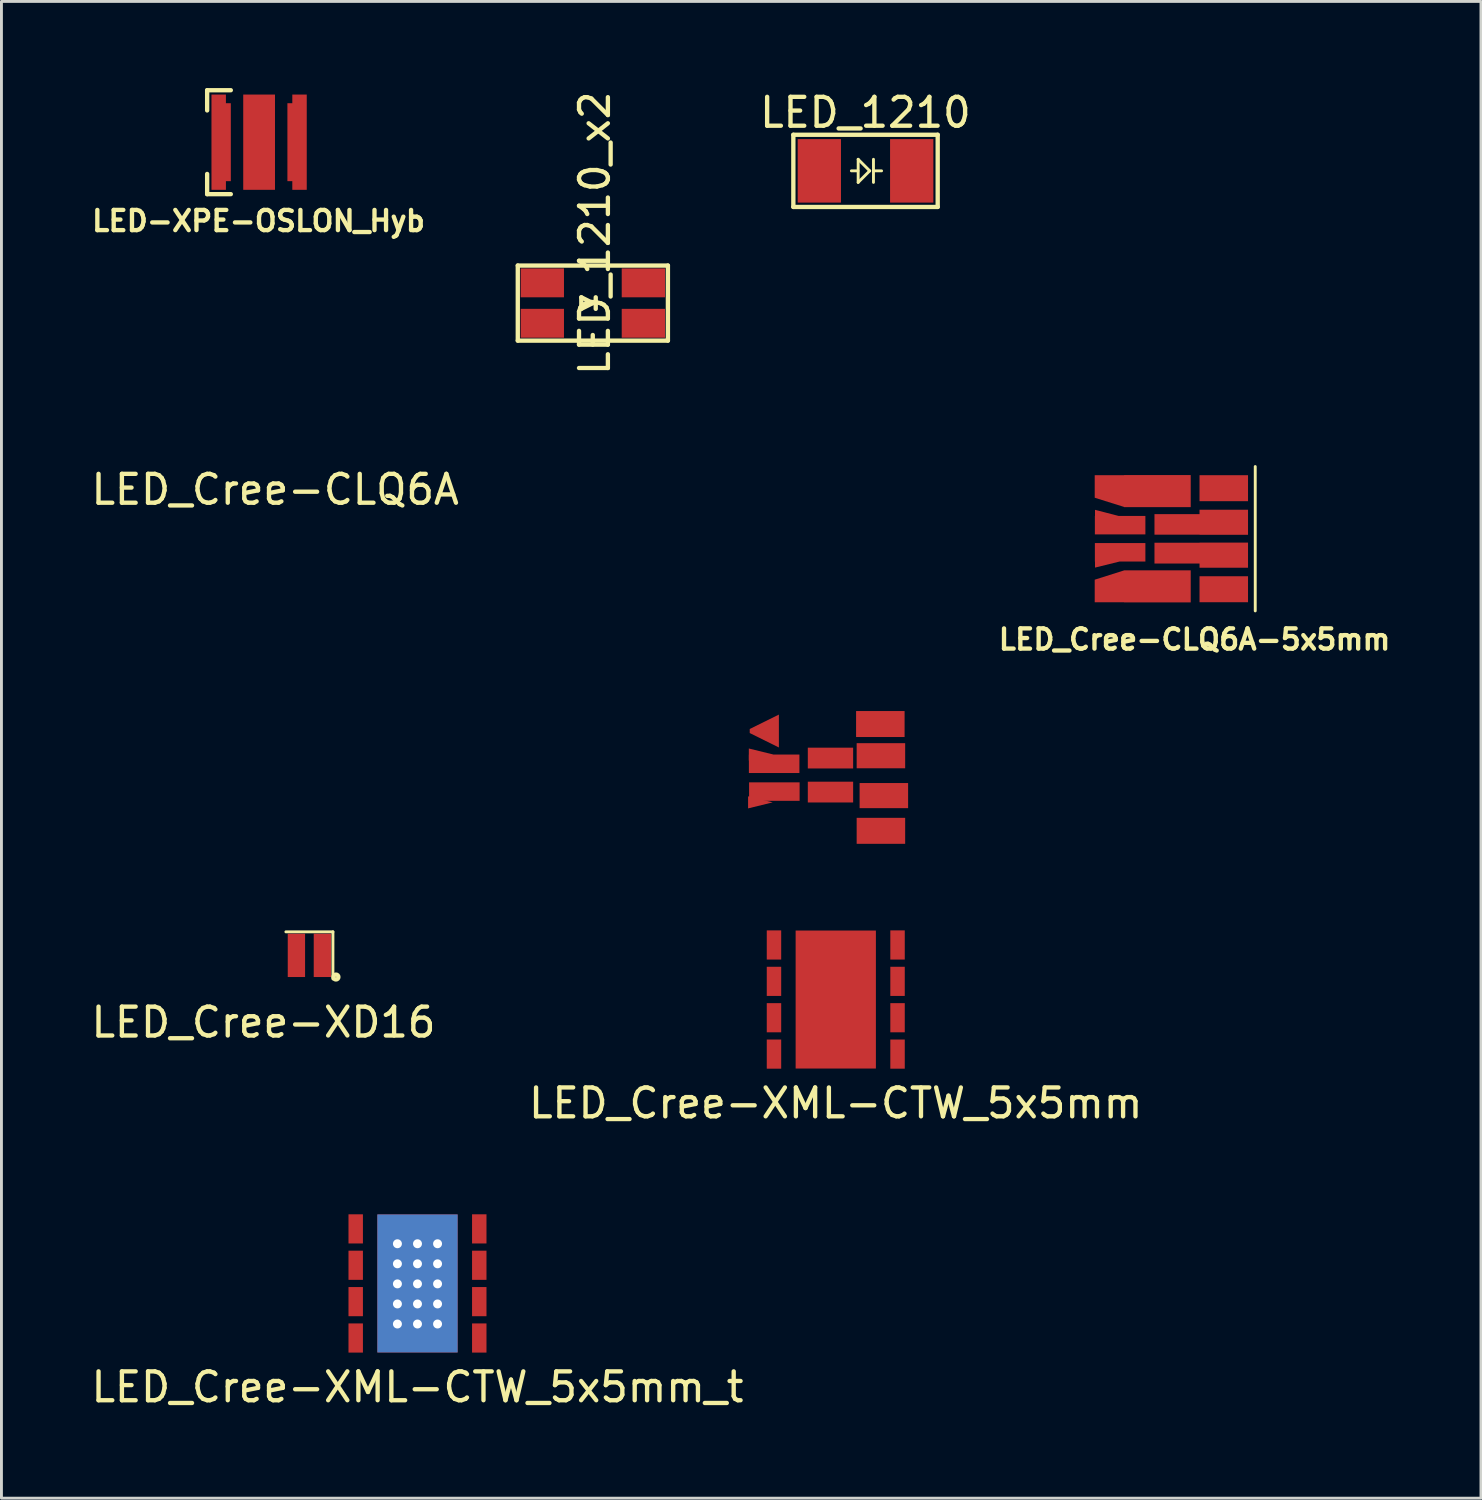
<source format=kicad_pcb>
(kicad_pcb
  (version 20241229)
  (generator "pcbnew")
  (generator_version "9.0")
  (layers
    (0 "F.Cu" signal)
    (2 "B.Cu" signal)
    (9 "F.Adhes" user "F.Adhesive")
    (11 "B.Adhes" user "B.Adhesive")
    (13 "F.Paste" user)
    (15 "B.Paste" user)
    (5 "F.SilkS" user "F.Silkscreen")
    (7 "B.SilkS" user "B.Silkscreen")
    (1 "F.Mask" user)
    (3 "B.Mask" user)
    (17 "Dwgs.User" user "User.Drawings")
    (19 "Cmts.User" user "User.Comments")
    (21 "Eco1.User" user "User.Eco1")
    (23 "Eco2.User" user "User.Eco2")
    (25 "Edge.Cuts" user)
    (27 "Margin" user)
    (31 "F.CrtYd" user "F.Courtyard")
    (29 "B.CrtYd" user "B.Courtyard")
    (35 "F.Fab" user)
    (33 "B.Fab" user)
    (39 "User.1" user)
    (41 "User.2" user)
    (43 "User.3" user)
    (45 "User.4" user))
  (footprint "LED_Cree-XML-CTW_5x5mm_t"
    (layer "F.Cu")
    (at 11.411 41.406)
    (property "Reference" "LED_Cree-XML-CTW_5x5mm_t" (at 0 3.59 0) (layer "F.SilkS") (effects (font (size 1 1) (thickness 0.15))))
    (attr through_hole)
    (pad "1" smd rect (at 2.14 -1.89) (size 0.5 1.01) (layers "F.Cu" "F.Mask" "F.Paste"))
    (pad "2" smd rect (at 2.14 -0.63) (size 0.5 1.01) (layers "F.Cu" "F.Mask" "F.Paste"))
    (pad "3" smd rect (at 2.14 0.63) (size 0.5 1.01) (layers "F.Cu" "F.Mask" "F.Paste"))
    (pad "4" smd rect (at 2.14 1.89) (size 0.5 1.01) (layers "F.Cu" "F.Mask" "F.Paste"))
    (pad "5" smd rect (at -2.14 1.89) (size 0.5 1.01) (layers "F.Cu" "F.Mask" "F.Paste"))
    (pad "6" smd rect (at -2.14 0.63) (size 0.5 1.01) (layers "F.Cu" "F.Mask" "F.Paste"))
    (pad "7" smd rect (at -2.14 -0.63) (size 0.5 1.01) (layers "F.Cu" "F.Mask" "F.Paste"))
    (pad "8" smd rect (at -2.14 -1.89) (size 0.5 1.01) (layers "F.Cu" "F.Mask" "F.Paste"))
    (pad "9" thru_hole circle (at -0.695 -1.375) (size 0.45 0.45) (drill 0.31) (layers "*.Cu" "*.Mask"))
    (pad "9" thru_hole circle (at -0.695 -0.68) (size 0.45 0.45) (drill 0.31) (layers "*.Cu" "*.Mask"))
    (pad "9" thru_hole circle (at -0.695 0.015) (size 0.45 0.45) (drill 0.31) (layers "*.Cu" "*.Mask"))
    (pad "9" thru_hole circle (at -0.695 0.71) (size 0.45 0.45) (drill 0.31) (layers "*.Cu" "*.Mask"))
    (pad "9" thru_hole circle (at -0.695 1.405) (size 0.45 0.45) (drill 0.31) (layers "*.Cu" "*.Mask"))
    (pad "9" thru_hole circle (at 0 -1.375) (size 0.45 0.45) (drill 0.31) (layers "*.Cu" "*.Mask"))
    (pad "9" thru_hole circle (at 0 -0.68) (size 0.45 0.45) (drill 0.31) (layers "*.Cu" "*.Mask"))
    (pad "9" smd rect (at 0 0) (size 2.78 4.78) (layers "F.Cu" "F.Mask" "F.Paste"))
    (pad "9" smd rect (at 0 0) (size 2.78 4.78) (layers "F.Mask" "B.Cu" "F.Paste"))
    (pad "9" thru_hole circle (at 0 0.015) (size 0.45 0.45) (drill 0.31) (layers "*.Cu" "*.Mask"))
    (pad "9" thru_hole circle (at 0 0.71) (size 0.45 0.45) (drill 0.31) (layers "*.Cu" "*.Mask"))
    (pad "9" thru_hole circle (at 0 1.405) (size 0.45 0.45) (drill 0.31) (layers "*.Cu" "*.Mask"))
    (pad "9" thru_hole circle (at 0.695 -1.375) (size 0.45 0.45) (drill 0.31) (layers "*.Cu" "*.Mask"))
    (pad "9" thru_hole circle (at 0.695 -0.68) (size 0.45 0.45) (drill 0.31) (layers "*.Cu" "*.Mask"))
    (pad "9" thru_hole circle (at 0.695 0.015) (size 0.45 0.45) (drill 0.31) (layers "*.Cu" "*.Mask"))
    (pad "9" thru_hole circle (at 0.695 0.71) (size 0.45 0.45) (drill 0.31) (layers "*.Cu" "*.Mask"))
    (pad "9" thru_hole circle (at 0.695 1.405) (size 0.45 0.45) (drill 0.31) (layers "*.Cu" "*.Mask")))
  (footprint "LED_Cree-XML-CTW_5x5mm"
    (layer "F.Cu")
    (at 25.899 31.572)
    (property "Reference" "LED_Cree-XML-CTW_5x5mm" (at 0 3.59 0) (layer "F.SilkS") (effects (font (size 1 1) (thickness 0.15))))
    (attr through_hole)
    (pad "1" smd rect (at 2.14 -1.89) (size 0.5 1.01) (layers "F.Cu" "F.Mask" "F.Paste"))
    (pad "2" smd rect (at 2.14 -0.63) (size 0.5 1.01) (layers "F.Cu" "F.Mask" "F.Paste"))
    (pad "3" smd rect (at 2.14 0.63) (size 0.5 1.01) (layers "F.Cu" "F.Mask" "F.Paste"))
    (pad "4" smd rect (at 2.14 1.89) (size 0.5 1.01) (layers "F.Cu" "F.Mask" "F.Paste"))
    (pad "5" smd rect (at -2.14 1.89) (size 0.5 1.01) (layers "F.Cu" "F.Mask" "F.Paste"))
    (pad "6" smd rect (at -2.14 0.63) (size 0.5 1.01) (layers "F.Cu" "F.Mask" "F.Paste"))
    (pad "7" smd rect (at -2.14 -0.63) (size 0.5 1.01) (layers "F.Cu" "F.Mask" "F.Paste"))
    (pad "8" smd rect (at -2.14 -1.89) (size 0.5 1.01) (layers "F.Cu" "F.Mask" "F.Paste"))
    (pad "9" smd rect (at 0 0) (size 2.78 4.78) (layers "F.Cu" "F.Mask" "F.Paste")))
  (footprint "LED-XPE-OSLON_Hyb"
    (layer "F.Cu")
    (at 5.925 1.875)
    (property "Reference" "LED-XPE-OSLON_Hyb" (at -0.02 2.73 0) (layer "F.SilkS") (effects (font (size 0.7 0.7) (thickness 0.15))))
    (attr smd)
    (fp_line (start -1.8 -1.8) (end -0.98 -1.8) (stroke (width 0.15) (type solid)) (layer "F.SilkS"))
    (fp_line (start -1.8 -1.1) (end -1.8 -1.8) (stroke (width 0.15) (type solid)) (layer "F.SilkS"))
    (fp_line (start -1.8 1.1) (end -1.8 1.8) (stroke (width 0.15) (type solid)) (layer "F.SilkS"))
    (fp_line (start -1.8 1.8) (end -0.98 1.8) (stroke (width 0.15) (type solid)) (layer "F.SilkS"))
    (pad "1" connect rect (at -1.4 0) (size 0.5 3.3) (layers "F.Cu" "F.Mask"))
    (pad "1" connect rect (at -1.19 0) (size 0.42 2.7) (layers "F.Cu" "F.Mask"))
    (pad "2" connect rect (at 1.19 0) (size 0.42 2.7) (layers "F.Cu" "F.Mask"))
    (pad "2" connect rect (at 1.4 0) (size 0.5 3.3) (layers "F.Cu" "F.Mask"))
    (pad "3" smd rect (at 0 0) (size 1.1 3.3) (layers "F.Cu" "F.Mask")))
  (footprint "LED_1210"
    (layer "F.Cu")
    (at 26.93 2.868)
    (property "Reference" "LED_1210" (at -0.003 -2.019 0) (layer "F.SilkS") (effects (font (size 1 1) (thickness 0.15))))
    (attr through_hole)
    (fp_line (start -2.5 -1.25) (end -2.5 1.25) (stroke (width 0.15) (type solid)) (layer "F.SilkS"))
    (fp_line (start -2.5 -1.25) (end 2.5 -1.25) (stroke (width 0.15) (type solid)) (layer "F.SilkS"))
    (fp_line (start -2.5 1.25) (end 2.5 1.25) (stroke (width 0.15) (type solid)) (layer "F.SilkS"))
    (fp_line (start -0.262 0) (end -0.49 0) (stroke (width 0.1) (type solid)) (layer "F.SilkS"))
    (fp_line (start -0.255 -0.4) (end -0.255 0.4) (stroke (width 0.1) (type solid)) (layer "F.SilkS"))
    (fp_line (start 0.145 0) (end -0.255 -0.4) (stroke (width 0.1) (type solid)) (layer "F.SilkS"))
    (fp_line (start 0.145 0) (end -0.254 0.399) (stroke (width 0.1) (type solid)) (layer "F.SilkS"))
    (fp_line (start 0.275 0) (end 0.275 -0.4) (stroke (width 0.1) (type solid)) (layer "F.SilkS"))
    (fp_line (start 0.275 0) (end 0.275 0.4) (stroke (width 0.1) (type solid)) (layer "F.SilkS"))
    (fp_line (start 0.277 0) (end 0.556 0) (stroke (width 0.1) (type solid)) (layer "F.SilkS"))
    (fp_line (start 2.5 -1.25) (end 2.5 1.25) (stroke (width 0.15) (type solid)) (layer "F.SilkS"))
    (pad "1" smd rect (at -1.6 0) (size 1.5 2.2) (layers "F.Cu" "F.Mask" "F.Paste"))
    (pad "2" smd rect (at 1.6 0) (size 1.5 2.2) (layers "F.Cu" "F.Mask" "F.Paste")))
  (footprint "LED_Cree-CLQ6A-5x5mm"
    (layer "F.Cu")
    (at 37.529 15.61)
    (property "Reference" "LED_Cree-CLQ6A-5x5mm" (at 0.798 3.49 0) (layer "F.SilkS") (effects (font (size 0.7 0.7) (thickness 0.15))))
    (attr smd)
    (fp_line (start 2.9 2.5) (end 2.9 -2.5) (stroke (width 0.1) (type solid)) (layer "F.SilkS"))
    (pad "1" smd custom (at -0.49 -1.65) (size 2.31 1.11) (layers "F.Cu" "F.Mask" "F.Paste") (options (anchor rect)) (primitives (gr_poly (pts (xy -1.09 0.55) (xy -1.15 0.55) (xy -2.17 0.23) (xy -2.17 -0.55) (xy -1.09 -0.55)) (width 0.001) (fill yes))))
    (pad "2" smd custom (at -1.78 -0.47) (size 1.75 0.64) (layers "F.Cu" "F.Mask" "F.Paste") (options (anchor rect)) (primitives (gr_poly (pts (xy -0.02 -0.31) (xy -0.87 -0.31) (xy -0.87 -0.53)) (width 0.001) (fill yes))))
    (pad "3" smd custom (at -1.78 0.47) (size 1.75 0.64) (layers "F.Cu" "F.Mask" "F.Paste") (options (anchor rect)) (primitives (gr_poly (pts (xy -0.02 0.31) (xy -0.02 0.32) (xy -0.87 0.53) (xy -0.87 0.31)) (width 0.001) (fill yes))))
    (pad "4" smd custom (at -0.49 1.65) (size 2.31 1.11) (layers "F.Cu" "F.Mask" "F.Paste") (options (anchor rect)) (primitives (gr_poly (pts (xy -1.13 -0.55) (xy -1.13 0.55) (xy -2.17 0.55) (xy -2.17 -0.23) (xy -1.16 -0.55)) (width 0.001) (fill yes))))
    (pad "5" smd rect (at 1.81 1.75) (size 1.68 0.9) (layers "F.Cu" "F.Mask" "F.Paste"))
    (pad "6" smd custom (at 1.81 0.57) (size 1.68 0.87) (layers "F.Cu" "F.Mask" "F.Paste") (options (anchor rect)) (primitives (gr_poly (pts (xy -2.4 -0.43) (xy -0.82 -0.43) (xy -0.82 0.29) (xy -2.4 0.29)) (width 0.001) (fill yes))))
    (pad "7" smd custom (at 1.81 -0.57) (size 1.68 0.87) (layers "F.Cu" "F.Mask" "F.Paste") (options (anchor rect)) (primitives (gr_poly (pts (xy -0.8 0.43) (xy -2.4 0.43) (xy -2.4 -0.28) (xy -0.8 -0.28)) (width 0.001) (fill yes))))
    (pad "8" smd rect (at 1.81 -1.75) (size 1.68 0.9) (layers "F.Cu" "F.Mask" "F.Paste")))
  (footprint "LED_Cree-CLQ6A"
    (layer "F.Cu")
    (at 25.332 23.848)
    (property "Reference" "LED_Cree-CLQ6A" (at -18.85 -9.94 0) (layer "F.SilkS") (effects (font (size 1 1) (thickness 0.15))))
    (attr through_hole)
    (pad "1" smd trapezoid (at -1.908 -1.577) (size 1.01 0.64) (rect_delta -0.5 0) (layers "F.Cu" "F.Mask" "F.Paste"))
    (pad "2" smd trapezoid (at -2.019 -0.762) (size 0.85 0.21) (rect_delta 0.209 0) (layers "F.Cu" "F.Mask" "F.Paste"))
    (pad "2" smd rect (at -1.567 -0.442) (size 1.75 0.64) (layers "F.Cu" "F.Mask" "F.Paste"))
    (pad "3" smd trapezoid (at -2.045 0.894) (size 0.85 0.21) (rect_delta 0.209 0) (layers "F.Cu" "F.Mask" "F.Paste"))
    (pad "3" smd rect (at -1.56 0.521) (size 1.75 0.64) (layers "F.Cu" "F.Mask" "F.Paste"))
    (pad "5" smd rect (at 2.131 1.88) (size 1.68 0.9) (layers "F.Cu" "F.Mask" "F.Paste"))
    (pad "6" smd rect (at 0.384 0.538) (size 1.57 0.72) (layers "F.Cu" "F.Mask" "F.Paste"))
    (pad "6" smd rect (at 2.233 0.66) (size 1.68 0.87) (layers "F.Cu" "F.Mask" "F.Paste"))
    (pad "7" smd rect (at 0.384 -0.64) (size 1.57 0.72) (layers "F.Cu" "F.Mask" "F.Paste"))
    (pad "7" smd rect (at 2.131 -0.721) (size 1.68 0.87) (layers "F.Cu" "F.Mask" "F.Paste"))
    (pad "8" smd rect (at 2.111 -1.819) (size 1.68 0.9) (layers "F.Cu" "F.Mask" "F.Paste")))
  (footprint "LED_Cree-XD16"
    (layer "F.Cu")
    (at 7.667 30.042)
    (property "Reference" "LED_Cree-XD16" (at -1.59 2.32 0) (layer "F.SilkS") (effects (font (size 1 1) (thickness 0.15))))
    (attr smd)
    (fp_line (start -0.815 -0.815) (end 0.815 -0.815) (stroke (width 0.1) (type solid)) (layer "F.SilkS"))
    (fp_line (start 0.815 -0.815) (end 0.815 0.815) (stroke (width 0.1) (type solid)) (layer "F.SilkS"))
    (fp_circle (center 0.92 0.75) (end 0.93 0.75) (stroke (width 0.15) (type solid)) (fill no) (layer "F.SilkS"))
    (pad "1" smd rect (at -0.45 0) (size 0.6 1.5) (layers "F.Cu" "F.Mask" "F.Paste"))
    (pad "2" smd rect (at 0.45 0) (size 0.6 1.5) (layers "F.Cu" "F.Mask" "F.Paste")))
  (footprint "LED_1210_x2"
    (layer "F.Cu")
    (at 17.485 7.448)
    (property "Reference" "LED_1210_x2" (at 0.066 -2.418 90) (layer "F.SilkS") (effects (font (size 1 1) (thickness 0.15))))
    (attr through_hole)
    (fp_line (start -2.6 -1.3) (end -2.6 1.3) (stroke (width 0.15) (type solid)) (layer "F.SilkS"))
    (fp_line (start -2.6 -1.3) (end 2.6 -1.3) (stroke (width 0.15) (type solid)) (layer "F.SilkS"))
    (fp_line (start -2.6 1.3) (end 2.6 1.3) (stroke (width 0.15) (type solid)) (layer "F.SilkS"))
    (fp_line (start -0.4 -0.2) (end -0.4 0.2) (stroke (width 0.15) (type solid)) (layer "F.SilkS"))
    (fp_line (start -0.4 0.2) (end 0 0) (stroke (width 0.15) (type solid)) (layer "F.SilkS"))
    (fp_line (start 0 0) (end -0.4 -0.2) (stroke (width 0.15) (type solid)) (layer "F.SilkS"))
    (fp_line (start 0.1 -0.2) (end 0.1 0.2) (stroke (width 0.15) (type solid)) (layer "F.SilkS"))
    (fp_line (start 2.6 -1.3) (end 2.6 1.3) (stroke (width 0.15) (type solid)) (layer "F.SilkS"))
    (pad "GA" smd rect (at -1.75 0.7) (size 1.5 1) (layers "F.Cu" "F.Mask" "F.Paste"))
    (pad "GC" smd rect (at 1.75 0.7) (size 1.5 1) (layers "F.Cu" "F.Mask" "F.Paste"))
    (pad "RA" smd rect (at -1.75 -0.7) (size 1.5 1) (layers "F.Cu" "F.Mask" "F.Paste"))
    (pad "RC" smd rect (at 1.75 -0.7) (size 1.5 1) (layers "F.Cu" "F.Mask" "F.Paste")))
  (gr_rect
    (start -3 -3)
    (end 48.248 48.844)
    (stroke (width 0.1) (type default))
    (fill no)
    (layer "Edge.Cuts")))
</source>
